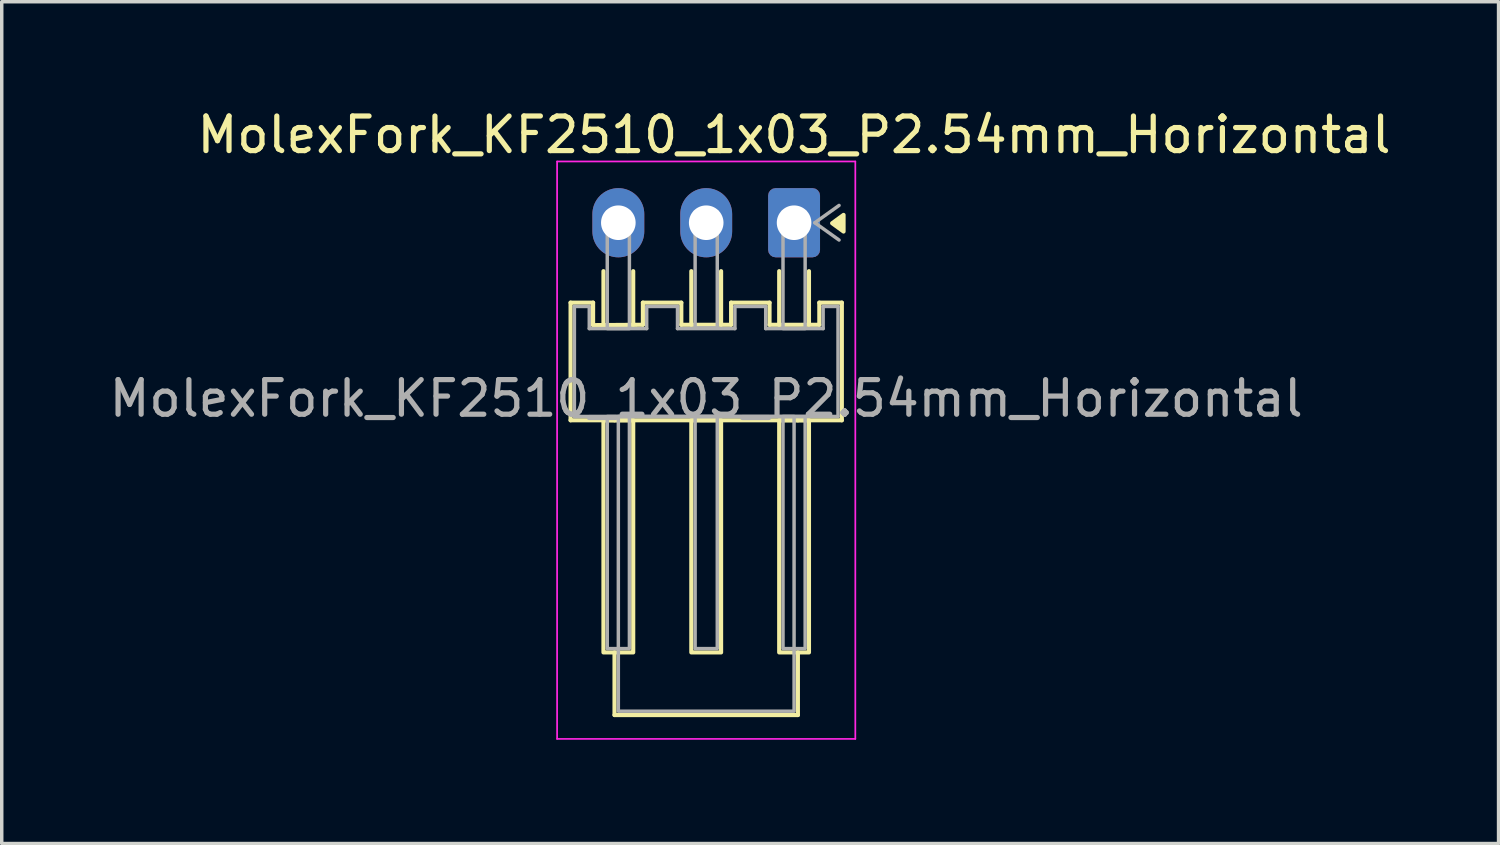
<source format=kicad_pcb>
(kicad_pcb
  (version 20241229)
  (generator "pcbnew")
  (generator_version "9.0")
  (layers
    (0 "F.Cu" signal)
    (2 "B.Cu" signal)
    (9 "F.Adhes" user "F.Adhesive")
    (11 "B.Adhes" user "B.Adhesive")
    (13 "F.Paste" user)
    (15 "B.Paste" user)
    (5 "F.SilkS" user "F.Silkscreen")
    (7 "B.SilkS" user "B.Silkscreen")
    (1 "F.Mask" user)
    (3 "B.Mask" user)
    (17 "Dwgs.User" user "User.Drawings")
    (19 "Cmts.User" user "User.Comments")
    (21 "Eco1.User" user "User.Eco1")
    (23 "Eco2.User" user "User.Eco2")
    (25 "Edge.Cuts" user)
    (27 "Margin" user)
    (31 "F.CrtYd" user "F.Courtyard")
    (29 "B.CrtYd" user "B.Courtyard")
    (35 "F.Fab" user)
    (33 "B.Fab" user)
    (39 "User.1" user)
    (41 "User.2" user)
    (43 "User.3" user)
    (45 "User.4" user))
  (footprint "MolexFork_KF2510_1x03_P2.54mm_Horizontal"
    (layer "F.Cu")
    (at 19.903 3.388)
    (property "Reference" "MolexFork_KF2510_1x03_P2.54mm_Horizontal" (at 0 -2.54 0) (layer "F.SilkS") (effects (font (size 1 1) (thickness 0.15))))
    (attr through_hole)
    (fp_line (start -6.46 2.31) (end -6.46 5.71) (stroke (width 0.12) (type default)) (layer "F.SilkS"))
    (fp_line (start -6.46 2.31) (end -5.81 2.31) (stroke (width 0.12) (type default)) (layer "F.SilkS"))
    (fp_line (start -6.46 5.71) (end -5.19 5.71) (stroke (width 0.12) (type default)) (layer "F.SilkS"))
    (fp_line (start -5.81 2.31) (end -5.81 2.96) (stroke (width 0.12) (type default)) (layer "F.SilkS"))
    (fp_line (start -5.81 2.96) (end -4.37 2.95) (stroke (width 0.12) (type default)) (layer "F.SilkS"))
    (fp_line (start -5.51 1.4) (end -5.51 2.95) (stroke (width 0.12) (type default)) (layer "F.SilkS"))
    (fp_line (start -5.19 5.71) (end 0.11 5.71) (stroke (width 0.12) (type default)) (layer "F.SilkS"))
    (fp_line (start -5.19 12.42) (end -5.19 14.23) (stroke (width 0.12) (type default)) (layer "F.SilkS"))
    (fp_line (start -4.65 1.4) (end -4.65 2.95) (stroke (width 0.12) (type default)) (layer "F.SilkS"))
    (fp_line (start -4.37 2.31) (end -3.26 2.31) (stroke (width 0.12) (type default)) (layer "F.SilkS"))
    (fp_line (start -4.37 2.95) (end -4.37 2.31) (stroke (width 0.12) (type default)) (layer "F.SilkS"))
    (fp_line (start -3.26 2.31) (end -3.26 2.95) (stroke (width 0.12) (type default)) (layer "F.SilkS"))
    (fp_line (start -3.26 2.95) (end -1.82 2.95) (stroke (width 0.12) (type default)) (layer "F.SilkS"))
    (fp_line (start -2.97 1.4) (end -2.97 2.95) (stroke (width 0.12) (type default)) (layer "F.SilkS"))
    (fp_line (start -2.11 1.4) (end -2.11 2.95) (stroke (width 0.12) (type default)) (layer "F.SilkS"))
    (fp_line (start -1.82 2.31) (end -0.71 2.31) (stroke (width 0.12) (type default)) (layer "F.SilkS"))
    (fp_line (start -1.82 2.95) (end -1.82 2.31) (stroke (width 0.12) (type default)) (layer "F.SilkS"))
    (fp_line (start -0.71 2.31) (end -0.71 2.95) (stroke (width 0.12) (type default)) (layer "F.SilkS"))
    (fp_line (start -0.71 2.95) (end -0.43 2.95) (stroke (width 0.12) (type default)) (layer "F.SilkS"))
    (fp_line (start -0.43 1.4) (end -0.43 2.95) (stroke (width 0.12) (type default)) (layer "F.SilkS"))
    (fp_line (start -0.43 2.95) (end 0.73 2.95) (stroke (width 0.12) (type default)) (layer "F.SilkS"))
    (fp_line (start 0.11 5.71) (end 1.38 5.71) (stroke (width 0.12) (type default)) (layer "F.SilkS"))
    (fp_line (start 0.11 14.23) (end -5.19 14.23) (stroke (width 0.12) (type default)) (layer "F.SilkS"))
    (fp_line (start 0.11 14.23) (end 0.11 12.42) (stroke (width 0.12) (type default)) (layer "F.SilkS"))
    (fp_line (start 0.43 1.4) (end 0.43 2.95) (stroke (width 0.12) (type default)) (layer "F.SilkS"))
    (fp_line (start 0.73 2.31) (end 1.38 2.31) (stroke (width 0.12) (type default)) (layer "F.SilkS"))
    (fp_line (start 0.73 2.95) (end 0.73 2.31) (stroke (width 0.12) (type default)) (layer "F.SilkS"))
    (fp_line (start 1.38 5.71) (end 1.38 2.31) (stroke (width 0.12) (type default)) (layer "F.SilkS"))
    (fp_rect (start -5.51 5.71) (end -4.65 12.42) (stroke (width 0.12) (type default)) (fill no) (layer "F.SilkS"))
    (fp_rect (start -2.97 5.71) (end -2.11 12.42) (stroke (width 0.12) (type default)) (fill no) (layer "F.SilkS"))
    (fp_rect (start -0.43 5.71) (end 0.43 12.42) (stroke (width 0.12) (type default)) (fill no) (layer "F.SilkS"))
    (fp_poly (pts (xy 1.1 0.014) (xy 1.43 -0.226) (xy 1.43 0.254) (xy 1.1 0.014)) (stroke (width 0.12) (type solid)) (fill yes) (layer "F.SilkS"))
    (fp_line (start -6.85 -1.77) (end 1.77 -1.77) (stroke (width 0.05) (type solid)) (layer "F.CrtYd"))
    (fp_line (start -6.85 14.92) (end -6.85 -1.77) (stroke (width 0.05) (type solid)) (layer "F.CrtYd"))
    (fp_line (start 1.77 -1.77) (end 1.77 14.92) (stroke (width 0.05) (type solid)) (layer "F.CrtYd"))
    (fp_line (start 1.77 14.92) (end -6.85 14.92) (stroke (width 0.05) (type solid)) (layer "F.CrtYd"))
    (fp_line (start -6.35 2.42) (end -5.92 2.42) (stroke (width 0.1) (type default)) (layer "F.Fab"))
    (fp_line (start -6.35 5.6) (end -6.35 2.42) (stroke (width 0.1) (type default)) (layer "F.Fab"))
    (fp_line (start -6.35 5.6) (end 1.27 5.6) (stroke (width 0.1) (type default)) (layer "F.Fab"))
    (fp_line (start -6.34 5.6) (end -6.19 5.6) (stroke (width 0.1) (type default)) (layer "F.Fab"))
    (fp_line (start -5.92 2.42) (end -5.92 3.06) (stroke (width 0.1) (type default)) (layer "F.Fab"))
    (fp_line (start -5.92 3.06) (end -4.26 3.06) (stroke (width 0.1) (type default)) (layer "F.Fab"))
    (fp_line (start -4.26 2.42) (end -3.37 2.42) (stroke (width 0.1) (type default)) (layer "F.Fab"))
    (fp_line (start -4.26 3.06) (end -4.26 2.42) (stroke (width 0.1) (type default)) (layer "F.Fab"))
    (fp_line (start -3.37 2.42) (end -3.37 3.06) (stroke (width 0.1) (type default)) (layer "F.Fab"))
    (fp_line (start -3.37 3.06) (end -1.71 3.06) (stroke (width 0.1) (type default)) (layer "F.Fab"))
    (fp_line (start -1.71 2.42) (end -0.82 2.42) (stroke (width 0.1) (type default)) (layer "F.Fab"))
    (fp_line (start -1.71 3.06) (end -1.71 2.42) (stroke (width 0.1) (type default)) (layer "F.Fab"))
    (fp_line (start -0.82 2.42) (end -0.82 3.06) (stroke (width 0.1) (type default)) (layer "F.Fab"))
    (fp_line (start -0.82 3.06) (end 0.84 3.06) (stroke (width 0.1) (type default)) (layer "F.Fab"))
    (fp_line (start 0.6 0) (end 1.3 0.5) (stroke (width 0.1) (type solid)) (layer "F.Fab"))
    (fp_line (start 0.84 2.42) (end 1.27 2.42) (stroke (width 0.1) (type default)) (layer "F.Fab"))
    (fp_line (start 0.84 3.06) (end 0.84 2.42) (stroke (width 0.1) (type default)) (layer "F.Fab"))
    (fp_line (start 1.27 5.6) (end 1.27 2.42) (stroke (width 0.1) (type default)) (layer "F.Fab"))
    (fp_line (start 1.3 -0.5) (end 0.6 0) (stroke (width 0.1) (type solid)) (layer "F.Fab"))
    (fp_rect (start -5.4 -0.32) (end -4.76 3.06) (stroke (width 0.1) (type default)) (fill no) (layer "F.Fab"))
    (fp_rect (start -5.4 5.6) (end -4.76 12.31) (stroke (width 0.1) (type default)) (fill no) (layer "F.Fab"))
    (fp_rect (start -5.08 5.6) (end 0 14.12) (stroke (width 0.1) (type default)) (fill no) (layer "F.Fab"))
    (fp_rect (start -2.86 -0.32) (end -2.22 3.04) (stroke (width 0.1) (type default)) (fill no) (layer "F.Fab"))
    (fp_rect (start -2.86 5.6) (end -2.22 12.31) (stroke (width 0.1) (type default)) (fill no) (layer "F.Fab"))
    (fp_rect (start -0.32 -0.32) (end 0.32 3.06) (stroke (width 0.1) (type default)) (fill no) (layer "F.Fab"))
    (fp_rect (start -0.32 5.6) (end 0.32 12.31) (stroke (width 0.1) (type default)) (fill no) (layer "F.Fab"))
    (fp_text user "${REFERENCE}" (at -2.54 5.08 0) (layer "F.Fab") (effects (font (size 1 1) (thickness 0.15))))
    (pad "1" thru_hole roundrect (at 0 0 180) (size 1.5 2) (drill 1) (layers "*.Cu" "*.Mask") (roundrect_rratio 0.144))
    (pad "2" thru_hole oval (at -2.54 0 180) (size 1.5 2) (drill 1) (layers "*.Cu" "*.Mask"))
    (pad "3" thru_hole oval (at -5.08 0 180) (size 1.5 2) (drill 1) (layers "*.Cu" "*.Mask")))
  (gr_rect
    (start -3 -3)
    (end 40.266 21.333)
    (stroke (width 0.1) (type default))
    (fill no)
    (layer "Edge.Cuts")))
</source>
